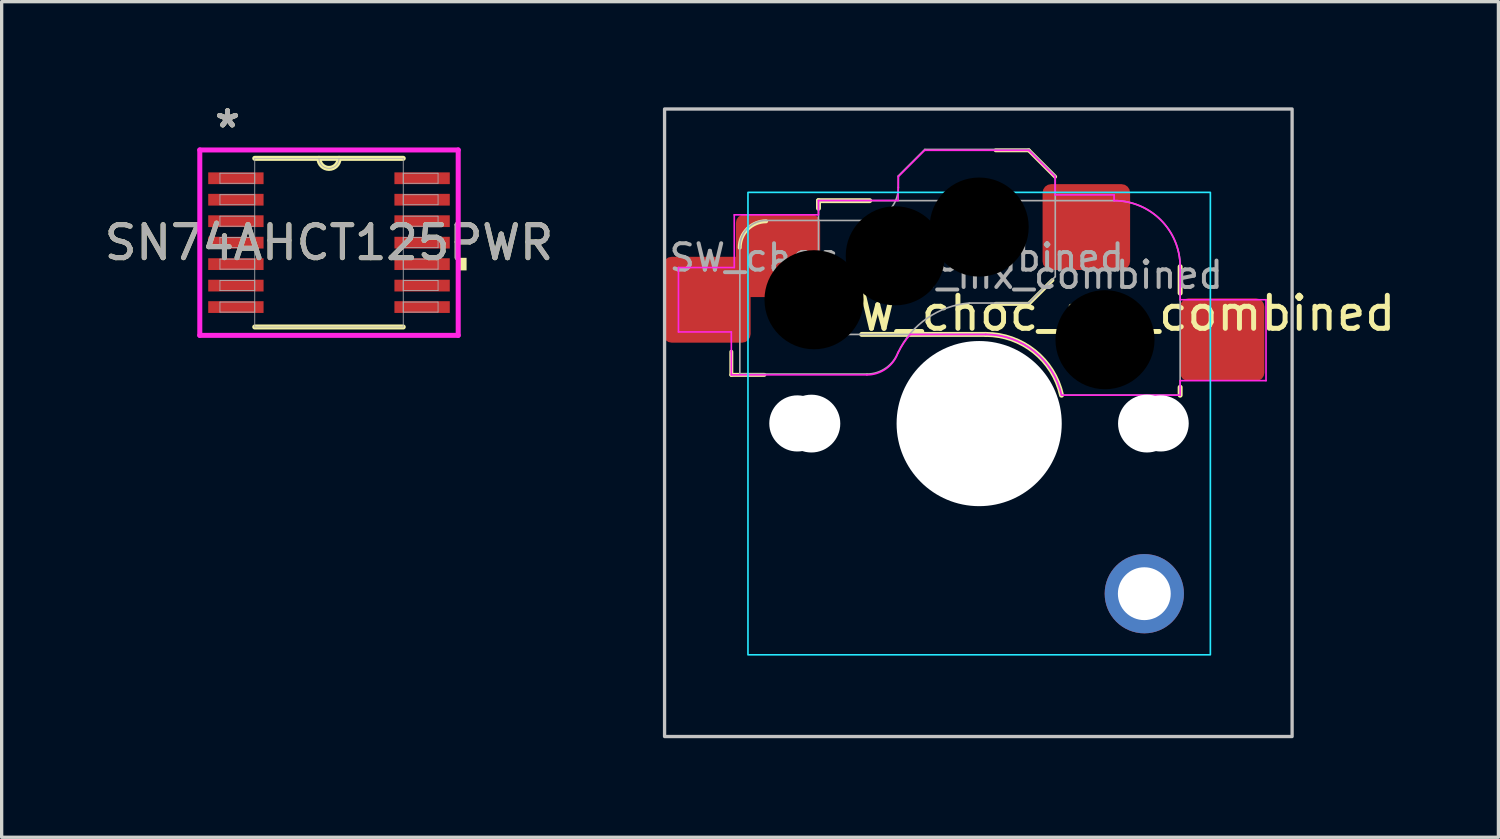
<source format=kicad_pcb>
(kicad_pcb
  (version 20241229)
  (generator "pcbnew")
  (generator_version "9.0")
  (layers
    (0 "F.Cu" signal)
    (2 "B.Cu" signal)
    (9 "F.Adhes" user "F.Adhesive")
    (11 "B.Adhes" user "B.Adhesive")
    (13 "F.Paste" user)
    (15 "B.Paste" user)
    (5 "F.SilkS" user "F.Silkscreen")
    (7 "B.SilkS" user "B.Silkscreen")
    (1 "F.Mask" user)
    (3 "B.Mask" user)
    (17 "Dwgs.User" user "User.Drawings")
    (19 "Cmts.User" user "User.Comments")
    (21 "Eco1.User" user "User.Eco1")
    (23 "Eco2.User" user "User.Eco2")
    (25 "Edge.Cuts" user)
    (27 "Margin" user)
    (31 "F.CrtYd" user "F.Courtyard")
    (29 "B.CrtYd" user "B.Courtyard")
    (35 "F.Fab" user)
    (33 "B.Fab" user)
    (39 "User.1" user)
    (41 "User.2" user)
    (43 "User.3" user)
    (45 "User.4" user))
  (footprint "SW_choc_mx_combined"
    (layer "F.Cu")
    (at 17.071 0.25)
    (property "Reference" "SW_choc_mx_combined" (at 13.525 6.185 0) (layer "F.SilkS") (effects (font (size 1 1) (thickness 0.15))))
    (attr smd)
    (fp_line (start 2.021 8.05) (end 2.021 7.35) (stroke (width 0.12) (type solid)) (layer "F.SilkS"))
    (fp_line (start 2.021 8.05) (end 3.021 8.05) (stroke (width 0.12) (type solid)) (layer "F.SilkS"))
    (fp_line (start 4.66 2.775) (end 4.66 3.005) (stroke (width 0.15) (type solid)) (layer "F.SilkS"))
    (fp_line (start 5.97 6.825) (end 9.725 6.825) (stroke (width 0.15) (type solid)) (layer "F.SilkS"))
    (fp_line (start 6.21 2.775) (end 4.66 2.775) (stroke (width 0.15) (type solid)) (layer "F.SilkS"))
    (fp_line (start 11.025 1.25) (end 10.025 1.25) (stroke (width 0.12) (type solid)) (layer "F.SilkS"))
    (fp_line (start 11.025 5.9) (end 10.025 5.9) (stroke (width 0.12) (type solid)) (layer "F.SilkS"))
    (fp_line (start 11.025 5.9) (end 11.743 5.182) (stroke (width 0.12) (type solid)) (layer "F.SilkS"))
    (fp_line (start 11.825 2.05) (end 11.025 1.25) (stroke (width 0.12) (type solid)) (layer "F.SilkS"))
    (fp_line (start 15.61 5.575) (end 15.61 4.775) (stroke (width 0.15) (type solid)) (layer "F.SilkS"))
    (fp_line (start 15.61 8.425) (end 15.61 8.665) (stroke (width 0.15) (type solid)) (layer "F.SilkS"))
    (fp_arc (start 2.275 4.2) (mid 2.509315 3.634315) (end 3.075 3.4) (stroke (width 0.12) (type solid)) (layer "F.SilkS"))
    (fp_arc (start 9.725 6.82478) (mid 11.195693 7.341362) (end 12.019322 8.66478) (stroke (width 0.15) (type solid)) (layer "F.SilkS"))
    (fp_rect (start 0 0) (end 19 19) (stroke (width 0.1) (type default)) (fill no) (layer "Dwgs.User"))
    (fp_line (start 2.525 3.025) (end 2.525 16.025) (stroke (width 0.05) (type solid)) (layer "Eco2.User"))
    (fp_line (start 2.575 15.975) (end 2.575 3.075) (stroke (width 0.05) (type solid)) (layer "Eco2.User"))
    (fp_line (start 3.025 16.525) (end 16.025 16.525) (stroke (width 0.05) (type solid)) (layer "Eco2.User"))
    (fp_line (start 3.075 2.575) (end 15.975 2.575) (stroke (width 0.05) (type solid)) (layer "Eco2.User"))
    (fp_line (start 15.975 16.475) (end 3.075 16.475) (stroke (width 0.05) (type solid)) (layer "Eco2.User"))
    (fp_line (start 16.025 2.525) (end 3.025 2.525) (stroke (width 0.05) (type solid)) (layer "Eco2.User"))
    (fp_line (start 16.475 3.075) (end 16.475 15.975) (stroke (width 0.05) (type solid)) (layer "Eco2.User"))
    (fp_line (start 16.525 16.025) (end 16.525 3.025) (stroke (width 0.05) (type solid)) (layer "Eco2.User"))
    (fp_arc (start 2.525 3.025) (mid 2.671447 2.671447) (end 3.025 2.525) (stroke (width 0.05) (type solid)) (layer "Eco2.User"))
    (fp_arc (start 2.575 3.075) (mid 2.721447 2.721447) (end 3.075 2.575) (stroke (width 0.05) (type solid)) (layer "Eco2.User"))
    (fp_arc (start 2.575 3.075) (mid 2.721447 2.721447) (end 3.075 2.575) (stroke (width 0.05) (type solid)) (layer "Eco2.User"))
    (fp_arc (start 3.027764 16.523884) (mid 2.674213 16.377436) (end 2.527764 16.023884) (stroke (width 0.05) (type solid)) (layer "Eco2.User"))
    (fp_arc (start 3.075 16.475) (mid 2.721447 16.328553) (end 2.575 15.975) (stroke (width 0.05) (type solid)) (layer "Eco2.User"))
    (fp_arc (start 15.975 2.575) (mid 16.328553 2.721447) (end 16.475 3.075) (stroke (width 0.05) (type solid)) (layer "Eco2.User"))
    (fp_arc (start 16.025 2.525) (mid 16.378553 2.671447) (end 16.525 3.025) (stroke (width 0.05) (type solid)) (layer "Eco2.User"))
    (fp_arc (start 16.475 15.975) (mid 16.328553 16.328553) (end 15.975 16.475) (stroke (width 0.05) (type solid)) (layer "Eco2.User"))
    (fp_arc (start 16.525 16.025) (mid 16.378553 16.378553) (end 16.025 16.525) (stroke (width 0.05) (type solid)) (layer "Eco2.User"))
    (fp_rect (start 16.525 16.525) (end 2.525 2.525) (stroke (width 0.05) (type default)) (fill no) (layer "B.CrtYd"))
    (fp_line (start 0.421 4.8) (end 0.421 6.75) (stroke (width 0.05) (type solid)) (layer "F.CrtYd"))
    (fp_line (start 0.421 6.75) (end 2.021 6.75) (stroke (width 0.05) (type solid)) (layer "F.CrtYd"))
    (fp_line (start 2.021 7.35) (end 2.021 6.75) (stroke (width 0.05) (type solid)) (layer "F.CrtYd"))
    (fp_line (start 2.021 8.05) (end 2.021 7.35) (stroke (width 0.05) (type solid)) (layer "F.CrtYd"))
    (fp_line (start 2.021 8.05) (end 6.125 8.05) (stroke (width 0.05) (type solid)) (layer "F.CrtYd"))
    (fp_line (start 2.11 4.8) (end 0.421 4.8) (stroke (width 0.05) (type solid)) (layer "F.CrtYd"))
    (fp_line (start 2.11 3.205) (end 4.66 3.205) (stroke (width 0.05) (type solid)) (layer "F.CrtYd"))
    (fp_line (start 2.11 4.8) (end 2.11 3.205) (stroke (width 0.05) (type solid)) (layer "F.CrtYd"))
    (fp_line (start 4.66 2.775) (end 4.66 3.205) (stroke (width 0.05) (type solid)) (layer "F.CrtYd"))
    (fp_line (start 7.07 2.77) (end 4.66 2.77) (stroke (width 0.05) (type solid)) (layer "F.CrtYd"))
    (fp_line (start 7.075 2.05) (end 7.07 2.77) (stroke (width 0.05) (type solid)) (layer "F.CrtYd"))
    (fp_line (start 7.075 2.05) (end 7.875 1.25) (stroke (width 0.05) (type solid)) (layer "F.CrtYd"))
    (fp_line (start 7.44 6.825) (end 9.725 6.825) (stroke (width 0.05) (type solid)) (layer "F.CrtYd"))
    (fp_line (start 11.025 1.25) (end 7.875 1.25) (stroke (width 0.05) (type solid)) (layer "F.CrtYd"))
    (fp_line (start 11.825 2.05) (end 11.025 1.25) (stroke (width 0.05) (type solid)) (layer "F.CrtYd"))
    (fp_line (start 11.825 2.05) (end 11.825 2.6) (stroke (width 0.05) (type solid)) (layer "F.CrtYd"))
    (fp_line (start 13.61 2.6) (end 11.825 2.6) (stroke (width 0.05) (type solid)) (layer "F.CrtYd"))
    (fp_line (start 13.61 2.775) (end 13.61 2.6) (stroke (width 0.05) (type solid)) (layer "F.CrtYd"))
    (fp_line (start 15.61 5.775) (end 15.61 4.775) (stroke (width 0.05) (type solid)) (layer "F.CrtYd"))
    (fp_line (start 15.61 5.775) (end 18.21 5.775) (stroke (width 0.05) (type solid)) (layer "F.CrtYd"))
    (fp_line (start 15.61 8.225) (end 15.61 8.665) (stroke (width 0.05) (type solid)) (layer "F.CrtYd"))
    (fp_line (start 15.61 8.665) (end 12.019 8.665) (stroke (width 0.05) (type solid)) (layer "F.CrtYd"))
    (fp_line (start 18.21 5.775) (end 18.21 8.225) (stroke (width 0.05) (type solid)) (layer "F.CrtYd"))
    (fp_line (start 18.21 8.225) (end 15.61 8.225) (stroke (width 0.05) (type solid)) (layer "F.CrtYd"))
    (fp_arc (start 7.064693 7.39202) (mid 6.698577 7.869152) (end 6.125 8.05) (stroke (width 0.05) (type solid)) (layer "F.CrtYd"))
    (fp_arc (start 7.064693 7.39202) (mid 7.232489 7.095262) (end 7.44 6.82478) (stroke (width 0.05) (type solid)) (layer "F.CrtYd"))
    (fp_arc (start 9.725 6.82478) (mid 11.195505 7.3416) (end 12.019322 8.66478) (stroke (width 0.05) (type solid)) (layer "F.CrtYd"))
    (fp_arc (start 13.610176 2.77478) (mid 15.024407 3.36055) (end 15.610176 4.77478) (stroke (width 0.05) (type solid)) (layer "F.CrtYd"))
    (fp_line (start 2.279 4.175) (end 2.279 8.025) (stroke (width 0.05) (type solid)) (layer "F.Fab"))
    (fp_line (start 2.279 8.025) (end 6.129 8.025) (stroke (width 0.05) (type solid)) (layer "F.Fab"))
    (fp_line (start 4.66 2.775) (end 4.66 6.825) (stroke (width 0.05) (type solid)) (layer "F.Fab"))
    (fp_line (start 4.66 6.825) (end 9.725 6.825) (stroke (width 0.05) (type solid)) (layer "F.Fab"))
    (fp_line (start 6.079 3.375) (end 3.079 3.375) (stroke (width 0.05) (type solid)) (layer "F.Fab"))
    (fp_line (start 7.079 2.025) (end 7.079 2.375) (stroke (width 0.05) (type solid)) (layer "F.Fab"))
    (fp_line (start 7.079 2.025) (end 7.879 1.225) (stroke (width 0.05) (type solid)) (layer "F.Fab"))
    (fp_line (start 11.029 1.225) (end 7.879 1.225) (stroke (width 0.05) (type solid)) (layer "F.Fab"))
    (fp_line (start 11.029 5.875) (end 9.229 5.875) (stroke (width 0.05) (type solid)) (layer "F.Fab"))
    (fp_line (start 11.029 5.875) (end 11.829 5.075) (stroke (width 0.05) (type solid)) (layer "F.Fab"))
    (fp_line (start 11.829 2.025) (end 11.029 1.225) (stroke (width 0.05) (type solid)) (layer "F.Fab"))
    (fp_line (start 11.829 2.025) (end 11.829 5.075) (stroke (width 0.05) (type solid)) (layer "F.Fab"))
    (fp_line (start 13.61 2.775) (end 4.66 2.775) (stroke (width 0.05) (type solid)) (layer "F.Fab"))
    (fp_line (start 15.61 8.665) (end 12.019 8.665) (stroke (width 0.05) (type solid)) (layer "F.Fab"))
    (fp_line (start 15.61 8.665) (end 15.61 4.775) (stroke (width 0.05) (type solid)) (layer "F.Fab"))
    (fp_arc (start 2.279 4.175) (mid 2.513315 3.609315) (end 3.079 3.375) (stroke (width 0.05) (type solid)) (layer "F.Fab"))
    (fp_arc (start 7.068693 7.36702) (mid 6.702577 7.844152) (end 6.129 8.025) (stroke (width 0.05) (type solid)) (layer "F.Fab"))
    (fp_arc (start 7.073556 7.36707) (mid 7.951729 6.332766) (end 9.229001 5.875001) (stroke (width 0.05) (type solid)) (layer "F.Fab"))
    (fp_arc (start 7.079 2.375) (mid 6.786107 3.082107) (end 6.079 3.375) (stroke (width 0.05) (type solid)) (layer "F.Fab"))
    (fp_arc (start 9.725 6.82478) (mid 11.195505 7.3416) (end 12.019322 8.66478) (stroke (width 0.05) (type solid)) (layer "F.Fab"))
    (fp_arc (start 13.610176 2.77478) (mid 15.024407 3.36055) (end 15.610176 4.77478) (stroke (width 0.05) (type solid)) (layer "F.Fab"))
    (fp_text user "${REFERENCE}" (at 10.025 5.025 0) (layer "F.Fab") (effects (font (size 0.8 0.8) (thickness 0.12))))
    (fp_text user "${REFERENCE}" (at 7.029 4.5 0) (layer "F.Fab") (effects (font (size 0.8 0.8) (thickness 0.12))))
    (pad "" np_thru_hole circle (at 4.02 9.52 180) (size 1.7 1.7) (drill 1.7) (layers "*.Cu" "*.Mask"))
    (pad "" np_thru_hole circle (at 4.445 9.525) (size 1.75 1.75) (drill 1.75) (layers "*.Cu" "*.Mask"))
    (pad "" np_thru_hole circle (at 4.525 5.775) (size 3.3 3.3) (drill 3) (layers "*.Mask"))
    (pad "" np_thru_hole circle (at 6.985 4.445) (size 3.3 3.3) (drill 3) (layers "*.Mask"))
    (pad "" np_thru_hole circle (at 9.525 3.575) (size 3.3 3.3) (drill 3) (layers "*.Mask"))
    (pad "" np_thru_hole circle (at 9.525 9.525 180) (size 5 5) (drill 5) (layers "*.Cu" "*.Mask"))
    (pad "" np_thru_hole circle (at 13.335 6.985) (size 3.3 3.3) (drill 3) (layers "*.Mask"))
    (pad "" np_thru_hole circle (at 14.605 9.525) (size 1.75 1.75) (drill 1.75) (layers "*.Cu" "*.Mask"))
    (pad "" np_thru_hole circle (at 15.02 9.52 180) (size 1.7 1.7) (drill 1.7) (layers "*.Cu" "*.Mask"))
    (pad "1" smd roundrect (at 1.28 5.775) (size 2.65 2.6) (layers "F.Cu" "F.Mask" "F.Paste") (roundrect_rratio 0.1))
    (pad "1" smd roundrect (at 3.435 4.445) (size 2.55 2.5) (layers "F.Cu" "F.Mask" "F.Paste") (roundrect_rratio 0.1))
    (pad "1" thru_hole circle (at 14.525 14.675 180) (size 2.4 2.4) (drill 1.6) (layers "*.Cu" "F.Mask"))
    (pad "2" smd roundrect (at 12.77 3.575) (size 2.65 2.6) (layers "F.Cu" "F.Mask" "F.Paste") (roundrect_rratio 0.1))
    (pad "2" smd roundrect (at 16.885 6.985) (size 2.55 2.5) (layers "F.Cu" "F.Mask" "F.Paste") (roundrect_rratio 0.1)))
  (footprint "SN74AHCT125PWR"
    (layer "F.Cu")
    (at 6.911 4.297)
    (property "Reference" "SN74AHCT125PWR" (at 0 0 0) (unlocked yes) (layer "F.SilkS") (effects (font (size 1 1) (thickness 0.15))))
    (attr smd)
    (fp_line (start -2.248 2.553) (end 2.248 2.553) (stroke (width 0.152) (type solid)) (layer "F.SilkS"))
    (fp_line (start 2.248 -2.553) (end -2.248 -2.553) (stroke (width 0.152) (type solid)) (layer "F.SilkS"))
    (fp_arc (start 0.3048 -2.5527) (mid 0 -2.2479) (end -0.3048 -2.5527) (stroke (width 0.1524) (type solid)) (layer "F.SilkS"))
    (fp_poly (pts (xy 4.166 0.459) (xy 4.166 0.84) (xy 3.912 0.84) (xy 3.912 0.459)) (stroke (width 0) (type solid)) (fill yes) (layer "F.SilkS"))
    (fp_line (start -3.912 -2.807) (end 3.912 -2.807) (stroke (width 0.152) (type solid)) (layer "F.CrtYd"))
    (fp_line (start -3.912 2.807) (end -3.912 -2.807) (stroke (width 0.152) (type solid)) (layer "F.CrtYd"))
    (fp_line (start 3.912 -2.807) (end 3.912 2.807) (stroke (width 0.152) (type solid)) (layer "F.CrtYd"))
    (fp_line (start 3.912 2.807) (end -3.912 2.807) (stroke (width 0.152) (type solid)) (layer "F.CrtYd"))
    (fp_line (start -3.302 -2.102) (end -3.302 -1.798) (stroke (width 0.025) (type solid)) (layer "F.Fab"))
    (fp_line (start -3.302 -1.798) (end -2.248 -1.798) (stroke (width 0.025) (type solid)) (layer "F.Fab"))
    (fp_line (start -3.302 -1.452) (end -3.302 -1.148) (stroke (width 0.025) (type solid)) (layer "F.Fab"))
    (fp_line (start -3.302 -1.148) (end -2.248 -1.148) (stroke (width 0.025) (type solid)) (layer "F.Fab"))
    (fp_line (start -3.302 -0.802) (end -3.302 -0.498) (stroke (width 0.025) (type solid)) (layer "F.Fab"))
    (fp_line (start -3.302 -0.498) (end -2.248 -0.498) (stroke (width 0.025) (type solid)) (layer "F.Fab"))
    (fp_line (start -3.302 -0.152) (end -3.302 0.152) (stroke (width 0.025) (type solid)) (layer "F.Fab"))
    (fp_line (start -3.302 0.152) (end -2.248 0.152) (stroke (width 0.025) (type solid)) (layer "F.Fab"))
    (fp_line (start -3.302 0.498) (end -3.302 0.802) (stroke (width 0.025) (type solid)) (layer "F.Fab"))
    (fp_line (start -3.302 0.802) (end -2.248 0.802) (stroke (width 0.025) (type solid)) (layer "F.Fab"))
    (fp_line (start -3.302 1.148) (end -3.302 1.452) (stroke (width 0.025) (type solid)) (layer "F.Fab"))
    (fp_line (start -3.302 1.452) (end -2.248 1.452) (stroke (width 0.025) (type solid)) (layer "F.Fab"))
    (fp_line (start -3.302 1.798) (end -3.302 2.102) (stroke (width 0.025) (type solid)) (layer "F.Fab"))
    (fp_line (start -3.302 2.102) (end -2.248 2.102) (stroke (width 0.025) (type solid)) (layer "F.Fab"))
    (fp_line (start -2.248 -2.553) (end -2.248 2.553) (stroke (width 0.025) (type solid)) (layer "F.Fab"))
    (fp_line (start -2.248 -2.102) (end -3.302 -2.102) (stroke (width 0.025) (type solid)) (layer "F.Fab"))
    (fp_line (start -2.248 -1.798) (end -2.248 -2.102) (stroke (width 0.025) (type solid)) (layer "F.Fab"))
    (fp_line (start -2.248 -1.452) (end -3.302 -1.452) (stroke (width 0.025) (type solid)) (layer "F.Fab"))
    (fp_line (start -2.248 -1.148) (end -2.248 -1.452) (stroke (width 0.025) (type solid)) (layer "F.Fab"))
    (fp_line (start -2.248 -0.802) (end -3.302 -0.802) (stroke (width 0.025) (type solid)) (layer "F.Fab"))
    (fp_line (start -2.248 -0.498) (end -2.248 -0.802) (stroke (width 0.025) (type solid)) (layer "F.Fab"))
    (fp_line (start -2.248 -0.152) (end -3.302 -0.152) (stroke (width 0.025) (type solid)) (layer "F.Fab"))
    (fp_line (start -2.248 0.152) (end -2.248 -0.152) (stroke (width 0.025) (type solid)) (layer "F.Fab"))
    (fp_line (start -2.248 0.498) (end -3.302 0.498) (stroke (width 0.025) (type solid)) (layer "F.Fab"))
    (fp_line (start -2.248 0.802) (end -2.248 0.498) (stroke (width 0.025) (type solid)) (layer "F.Fab"))
    (fp_line (start -2.248 1.148) (end -3.302 1.148) (stroke (width 0.025) (type solid)) (layer "F.Fab"))
    (fp_line (start -2.248 1.452) (end -2.248 1.148) (stroke (width 0.025) (type solid)) (layer "F.Fab"))
    (fp_line (start -2.248 1.798) (end -3.302 1.798) (stroke (width 0.025) (type solid)) (layer "F.Fab"))
    (fp_line (start -2.248 2.102) (end -2.248 1.798) (stroke (width 0.025) (type solid)) (layer "F.Fab"))
    (fp_line (start -2.248 2.553) (end 2.248 2.553) (stroke (width 0.025) (type solid)) (layer "F.Fab"))
    (fp_line (start 2.248 -2.553) (end -2.248 -2.553) (stroke (width 0.025) (type solid)) (layer "F.Fab"))
    (fp_line (start 2.248 -2.102) (end 2.248 -1.798) (stroke (width 0.025) (type solid)) (layer "F.Fab"))
    (fp_line (start 2.248 -1.798) (end 3.302 -1.798) (stroke (width 0.025) (type solid)) (layer "F.Fab"))
    (fp_line (start 2.248 -1.452) (end 2.248 -1.148) (stroke (width 0.025) (type solid)) (layer "F.Fab"))
    (fp_line (start 2.248 -1.148) (end 3.302 -1.148) (stroke (width 0.025) (type solid)) (layer "F.Fab"))
    (fp_line (start 2.248 -0.802) (end 2.248 -0.498) (stroke (width 0.025) (type solid)) (layer "F.Fab"))
    (fp_line (start 2.248 -0.498) (end 3.302 -0.498) (stroke (width 0.025) (type solid)) (layer "F.Fab"))
    (fp_line (start 2.248 -0.152) (end 2.248 0.152) (stroke (width 0.025) (type solid)) (layer "F.Fab"))
    (fp_line (start 2.248 0.152) (end 3.302 0.152) (stroke (width 0.025) (type solid)) (layer "F.Fab"))
    (fp_line (start 2.248 0.498) (end 2.248 0.802) (stroke (width 0.025) (type solid)) (layer "F.Fab"))
    (fp_line (start 2.248 0.802) (end 3.302 0.802) (stroke (width 0.025) (type solid)) (layer "F.Fab"))
    (fp_line (start 2.248 1.148) (end 2.248 1.452) (stroke (width 0.025) (type solid)) (layer "F.Fab"))
    (fp_line (start 2.248 1.452) (end 3.302 1.452) (stroke (width 0.025) (type solid)) (layer "F.Fab"))
    (fp_line (start 2.248 1.798) (end 2.248 2.102) (stroke (width 0.025) (type solid)) (layer "F.Fab"))
    (fp_line (start 2.248 2.102) (end 3.302 2.102) (stroke (width 0.025) (type solid)) (layer "F.Fab"))
    (fp_line (start 2.248 2.553) (end 2.248 -2.553) (stroke (width 0.025) (type solid)) (layer "F.Fab"))
    (fp_line (start 3.302 -2.102) (end 2.248 -2.102) (stroke (width 0.025) (type solid)) (layer "F.Fab"))
    (fp_line (start 3.302 -1.798) (end 3.302 -2.102) (stroke (width 0.025) (type solid)) (layer "F.Fab"))
    (fp_line (start 3.302 -1.452) (end 2.248 -1.452) (stroke (width 0.025) (type solid)) (layer "F.Fab"))
    (fp_line (start 3.302 -1.148) (end 3.302 -1.452) (stroke (width 0.025) (type solid)) (layer "F.Fab"))
    (fp_line (start 3.302 -0.802) (end 2.248 -0.802) (stroke (width 0.025) (type solid)) (layer "F.Fab"))
    (fp_line (start 3.302 -0.498) (end 3.302 -0.802) (stroke (width 0.025) (type solid)) (layer "F.Fab"))
    (fp_line (start 3.302 -0.152) (end 2.248 -0.152) (stroke (width 0.025) (type solid)) (layer "F.Fab"))
    (fp_line (start 3.302 0.152) (end 3.302 -0.152) (stroke (width 0.025) (type solid)) (layer "F.Fab"))
    (fp_line (start 3.302 0.498) (end 2.248 0.498) (stroke (width 0.025) (type solid)) (layer "F.Fab"))
    (fp_line (start 3.302 0.802) (end 3.302 0.498) (stroke (width 0.025) (type solid)) (layer "F.Fab"))
    (fp_line (start 3.302 1.148) (end 2.248 1.148) (stroke (width 0.025) (type solid)) (layer "F.Fab"))
    (fp_line (start 3.302 1.452) (end 3.302 1.148) (stroke (width 0.025) (type solid)) (layer "F.Fab"))
    (fp_line (start 3.302 1.798) (end 2.248 1.798) (stroke (width 0.025) (type solid)) (layer "F.Fab"))
    (fp_line (start 3.302 2.102) (end 3.302 1.798) (stroke (width 0.025) (type solid)) (layer "F.Fab"))
    (fp_arc (start 0.3048 -2.5527) (mid 0 -2.2479) (end -0.3048 -2.5527) (stroke (width 0.0254) (type solid)) (layer "F.Fab"))
    (fp_text user "*" (at -3.073 -3.449 0) (layer "F.SilkS") (effects (font (size 1 1) (thickness 0.15))))
    (fp_text user "*" (at -3.073 -3.449 0) (unlocked yes) (layer "F.SilkS") (effects (font (size 1 1) (thickness 0.15))))
    (fp_text user "${REFERENCE}" (at 0 0 0) (unlocked yes) (layer "F.Fab") (effects (font (size 1 1) (thickness 0.15))))
    (fp_text user "*" (at -3.073 -3.449 0) (layer "F.Fab") (effects (font (size 1 1) (thickness 0.15))))
    (fp_text user "*" (at -3.073 -3.449 0) (unlocked yes) (layer "F.Fab") (effects (font (size 1 1) (thickness 0.15))))
    (pad "1" smd rect (at -2.819 -1.95) (size 1.676 0.356) (layers "F.Cu" "F.Mask" "F.Paste"))
    (pad "2" smd rect (at -2.819 -1.3) (size 1.676 0.356) (layers "F.Cu" "F.Mask" "F.Paste"))
    (pad "3" smd rect (at -2.819 -0.65) (size 1.676 0.356) (layers "F.Cu" "F.Mask" "F.Paste"))
    (pad "4" smd rect (at -2.819 0) (size 1.676 0.356) (layers "F.Cu" "F.Mask" "F.Paste"))
    (pad "5" smd rect (at -2.819 0.65) (size 1.676 0.356) (layers "F.Cu" "F.Mask" "F.Paste"))
    (pad "6" smd rect (at -2.819 1.3) (size 1.676 0.356) (layers "F.Cu" "F.Mask" "F.Paste"))
    (pad "7" smd rect (at -2.819 1.95) (size 1.676 0.356) (layers "F.Cu" "F.Mask" "F.Paste"))
    (pad "8" smd rect (at 2.819 1.95) (size 1.676 0.356) (layers "F.Cu" "F.Mask" "F.Paste"))
    (pad "9" smd rect (at 2.819 1.3) (size 1.676 0.356) (layers "F.Cu" "F.Mask" "F.Paste"))
    (pad "10" smd rect (at 2.819 0.65) (size 1.676 0.356) (layers "F.Cu" "F.Mask" "F.Paste"))
    (pad "11" smd rect (at 2.819 0) (size 1.676 0.356) (layers "F.Cu" "F.Mask" "F.Paste"))
    (pad "12" smd rect (at 2.819 -0.65) (size 1.676 0.356) (layers "F.Cu" "F.Mask" "F.Paste"))
    (pad "13" smd rect (at 2.819 -1.3) (size 1.676 0.356) (layers "F.Cu" "F.Mask" "F.Paste"))
    (pad "14" smd rect (at 2.819 -1.95) (size 1.676 0.356) (layers "F.Cu" "F.Mask" "F.Paste")))
  (gr_rect
    (start -3 -3)
    (end 42.317 22.3)
    (stroke (width 0.1) (type default))
    (fill no)
    (layer "Edge.Cuts")))
</source>
